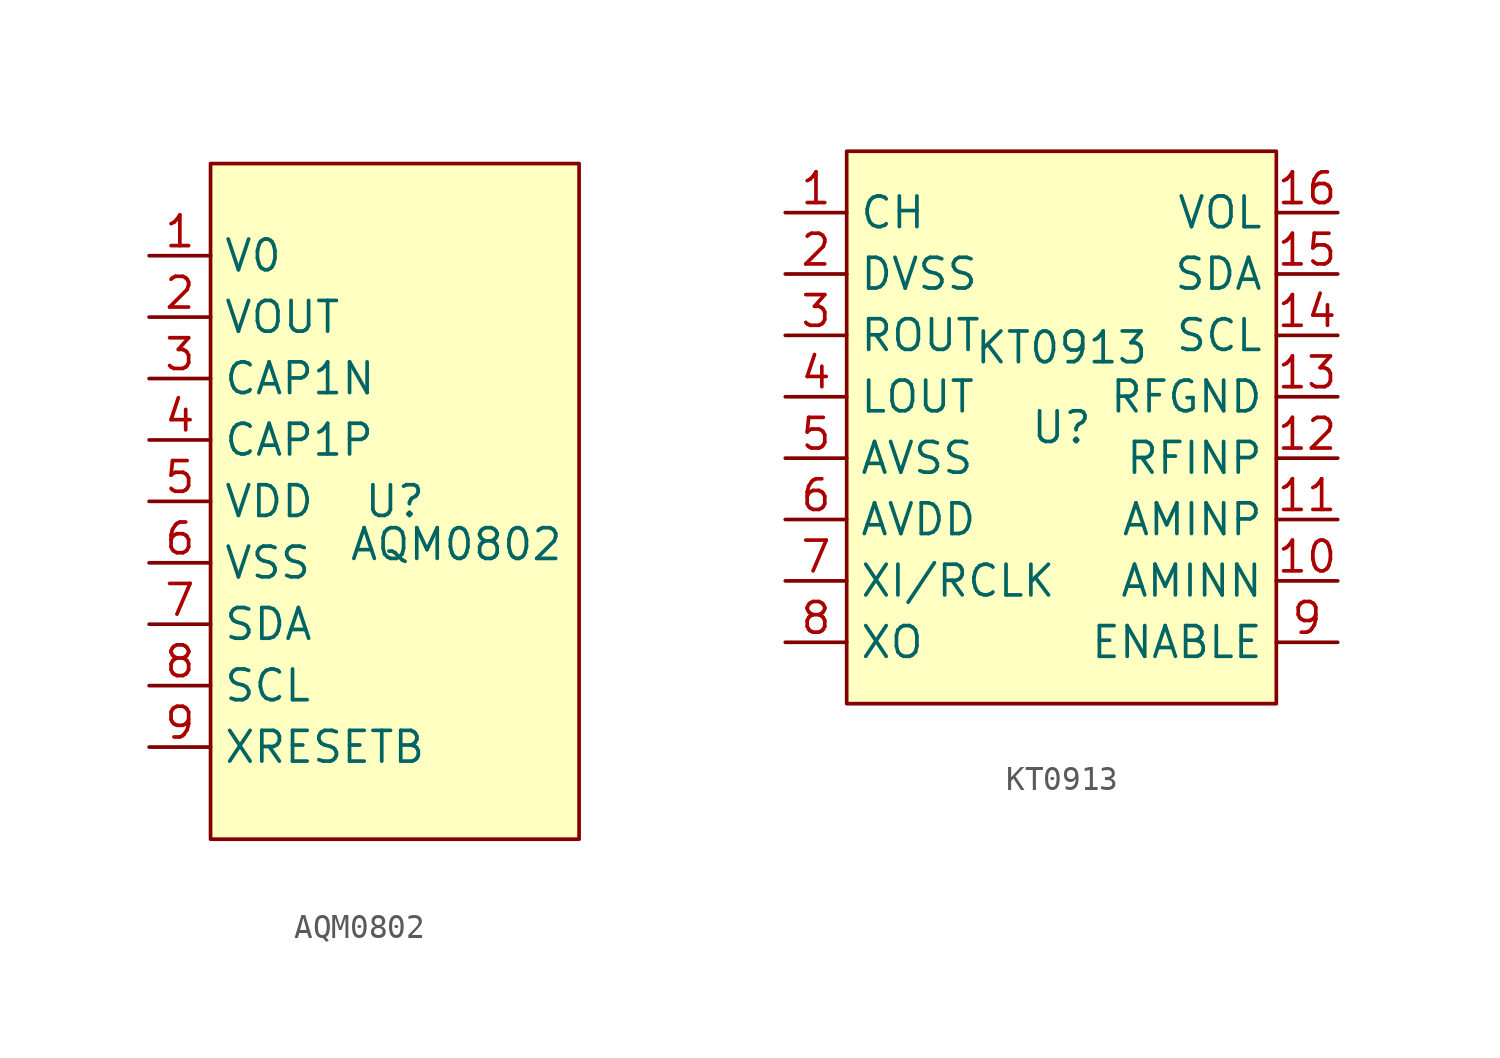
<source format=kicad_sym>
(kicad_symbol_lib
  (version 20231120)
  (generator "kicad_symbol_editor")
  (generator_version "8.0")
  (symbol "AQM0802"
    (property "Reference" "U"
      (at 0 0 0)
      (effects (font (size 1.27 1.27))))
    (property "Value" "AQM0802"
      (at 2.54 -1.778 0)
      (effects (font (size 1.27 1.27))))
    (symbol "AQM0802_1_1"
      (rectangle (start -7.62 13.97) (end 7.62 -13.97) (stroke (width 0) (type default)) (fill (type background)))
      (pin power_in line (at -10.16 10.16 0) (length 2.54) (name "V0" (effects (font (size 1.27 1.27)))) (number "1" (effects (font (size 1.27 1.27)))))
      (pin power_out line (at -10.16 7.62 0) (length 2.54) (name "VOUT" (effects (font (size 1.27 1.27)))) (number "2" (effects (font (size 1.27 1.27)))))
      (pin passive line (at -10.16 5.08 0) (length 2.54) (name "CAP1N" (effects (font (size 1.27 1.27)))) (number "3" (effects (font (size 1.27 1.27)))))
      (pin passive line (at -10.16 2.54 0) (length 2.54) (name "CAP1P" (effects (font (size 1.27 1.27)))) (number "4" (effects (font (size 1.27 1.27)))))
      (pin power_in line (at -10.16 0 0) (length 2.54) (name "VDD" (effects (font (size 1.27 1.27)))) (number "5" (effects (font (size 1.27 1.27)))))
      (pin power_in line (at -10.16 -2.54 0) (length 2.54) (name "VSS" (effects (font (size 1.27 1.27)))) (number "6" (effects (font (size 1.27 1.27)))))
      (pin input line (at -10.16 -5.08 0) (length 2.54) (name "SDA" (effects (font (size 1.27 1.27)))) (number "7" (effects (font (size 1.27 1.27)))))
      (pin input line (at -10.16 -7.62 0) (length 2.54) (name "SCL" (effects (font (size 1.27 1.27)))) (number "8" (effects (font (size 1.27 1.27)))))
      (pin input line (at -10.16 -10.16 0) (length 2.54) (name "XRESETB" (effects (font (size 1.27 1.27)))) (number "9" (effects (font (size 1.27 1.27)))))))
  (symbol "KT0913"
    (property "Reference" "U"
      (at 0 0 0)
      (effects (font (size 1.27 1.27))))
    (property "Value" "KT0913"
      (at 0 3.302 0)
      (effects (font (size 1.27 1.27))))
    (symbol "KT0913_1_1"
      (rectangle (start -8.89 11.43) (end 8.89 -11.43) (stroke (width 0) (type default)) (fill (type background)))
      (pin input line (at -11.43 8.89 0) (length 2.54) (name "CH" (effects (font (size 1.27 1.27)))) (number "1" (effects (font (size 1.27 1.27)))))
      (pin input line (at 11.43 -6.35 180) (length 2.54) (name "AMINN" (effects (font (size 1.27 1.27)))) (number "10" (effects (font (size 1.27 1.27)))))
      (pin input line (at 11.43 -3.81 180) (length 2.54) (name "AMINP" (effects (font (size 1.27 1.27)))) (number "11" (effects (font (size 1.27 1.27)))))
      (pin input line (at 11.43 -1.27 180) (length 2.54) (name "RFINP" (effects (font (size 1.27 1.27)))) (number "12" (effects (font (size 1.27 1.27)))))
      (pin input line (at 11.43 1.27 180) (length 2.54) (name "RFGND" (effects (font (size 1.27 1.27)))) (number "13" (effects (font (size 1.27 1.27)))))
      (pin input line (at 11.43 3.81 180) (length 2.54) (name "SCL" (effects (font (size 1.27 1.27)))) (number "14" (effects (font (size 1.27 1.27)))))
      (pin input line (at 11.43 6.35 180) (length 2.54) (name "SDA" (effects (font (size 1.27 1.27)))) (number "15" (effects (font (size 1.27 1.27)))))
      (pin input line (at 11.43 8.89 180) (length 2.54) (name "VOL" (effects (font (size 1.27 1.27)))) (number "16" (effects (font (size 1.27 1.27)))))
      (pin power_in line (at -11.43 6.35 0) (length 2.54) (name "DVSS" (effects (font (size 1.27 1.27)))) (number "2" (effects (font (size 1.27 1.27)))))
      (pin output line (at -11.43 3.81 0) (length 2.54) (name "ROUT" (effects (font (size 1.27 1.27)))) (number "3" (effects (font (size 1.27 1.27)))))
      (pin output line (at -11.43 1.27 0) (length 2.54) (name "LOUT" (effects (font (size 1.27 1.27)))) (number "4" (effects (font (size 1.27 1.27)))))
      (pin power_in line (at -11.43 -1.27 0) (length 2.54) (name "AVSS" (effects (font (size 1.27 1.27)))) (number "5" (effects (font (size 1.27 1.27)))))
      (pin power_in line (at -11.43 -3.81 0) (length 2.54) (name "AVDD" (effects (font (size 1.27 1.27)))) (number "6" (effects (font (size 1.27 1.27)))))
      (pin input line (at -11.43 -6.35 0) (length 2.54) (name "XI/RCLK" (effects (font (size 1.27 1.27)))) (number "7" (effects (font (size 1.27 1.27)))))
      (pin bidirectional line (at -11.43 -8.89 0) (length 2.54) (name "XO" (effects (font (size 1.27 1.27)))) (number "8" (effects (font (size 1.27 1.27)))))
      (pin input line (at 11.43 -8.89 180) (length 2.54) (name "ENABLE" (effects (font (size 1.27 1.27)))) (number "9" (effects (font (size 1.27 1.27))))))))
</source>
